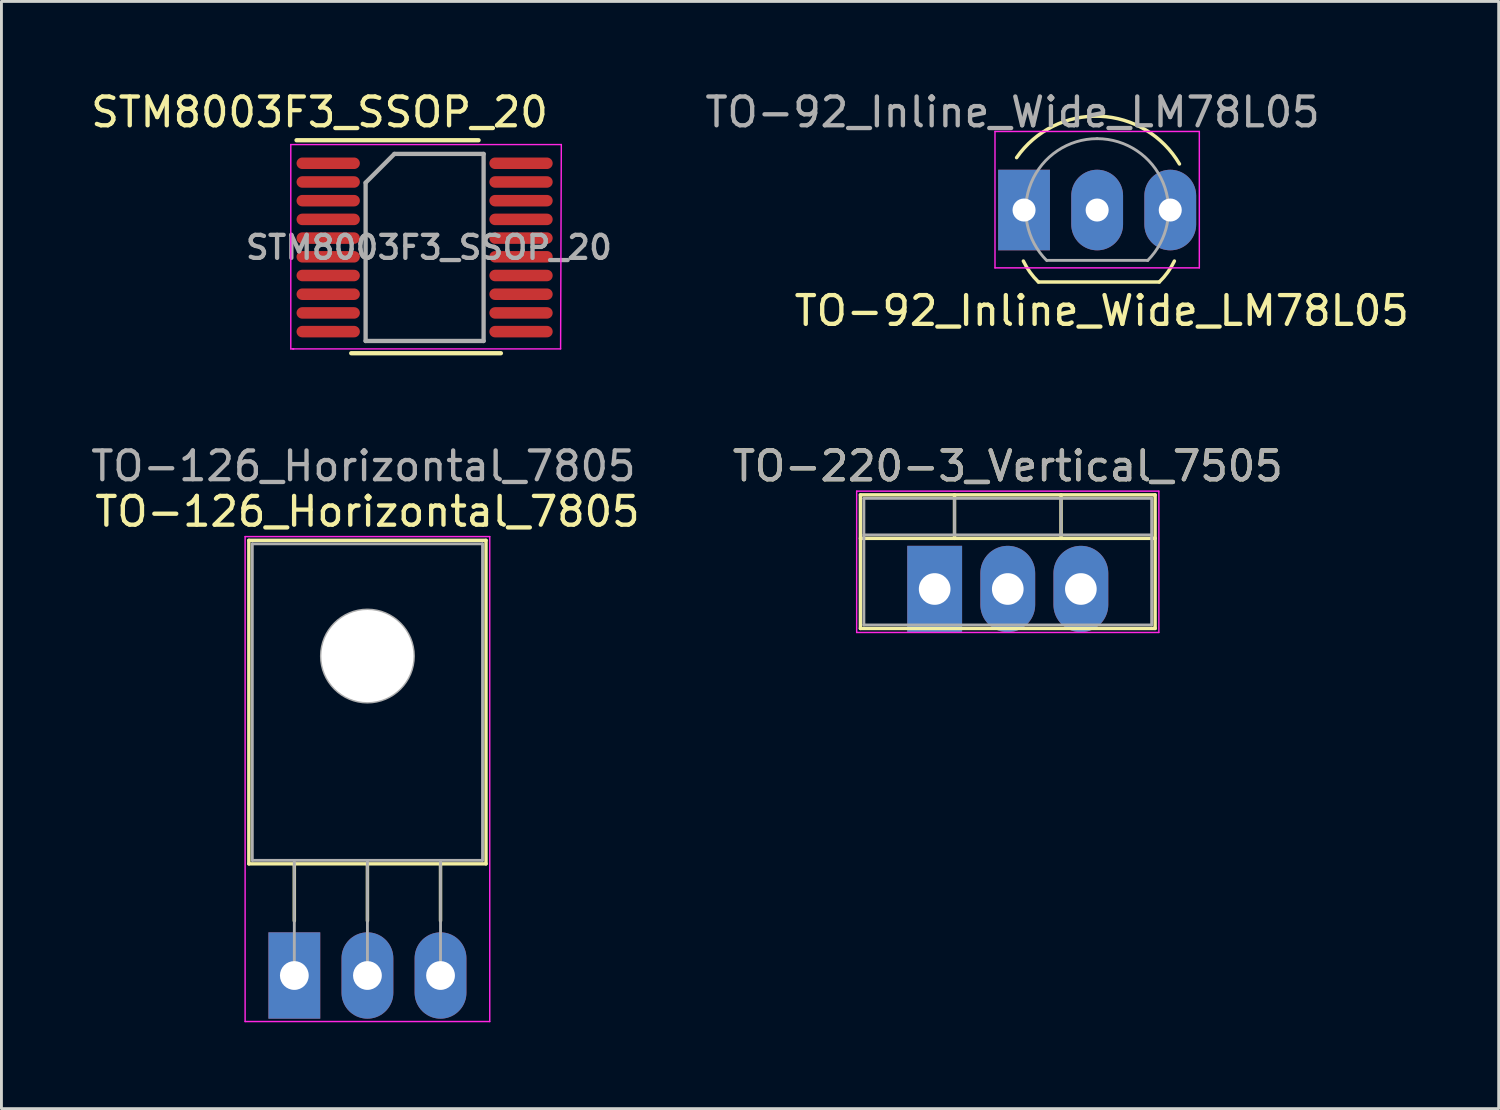
<source format=kicad_pcb>
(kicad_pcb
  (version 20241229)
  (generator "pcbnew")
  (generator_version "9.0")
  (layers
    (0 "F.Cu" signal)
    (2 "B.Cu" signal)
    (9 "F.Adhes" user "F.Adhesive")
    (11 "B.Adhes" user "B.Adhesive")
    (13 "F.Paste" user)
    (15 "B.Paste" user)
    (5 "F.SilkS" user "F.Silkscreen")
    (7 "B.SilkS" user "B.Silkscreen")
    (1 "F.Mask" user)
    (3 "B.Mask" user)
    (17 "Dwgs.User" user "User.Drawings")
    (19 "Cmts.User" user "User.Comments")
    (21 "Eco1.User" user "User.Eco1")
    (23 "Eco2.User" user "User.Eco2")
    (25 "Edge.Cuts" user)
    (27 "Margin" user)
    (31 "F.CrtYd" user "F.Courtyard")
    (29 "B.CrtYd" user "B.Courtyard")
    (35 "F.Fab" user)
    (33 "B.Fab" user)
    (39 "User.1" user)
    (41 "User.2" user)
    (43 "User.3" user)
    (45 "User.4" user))
  (footprint "TO-92_Inline_Wide_LM78L05"
    (layer "F.Cu")
    (at 32.533 4.248)
    (property "Reference" "TO-92_Inline_Wide_LM78L05" (at 2.7 3.5 180) (layer "F.SilkS") (effects (font (size 1 1) (thickness 0.15))))
    (attr through_hole)
    (fp_line (start 0.5 2.5) (end 4.7 2.5) (stroke (width 0.12) (type solid)) (layer "F.SilkS"))
    (fp_arc (start -0.259509 -1.819661) (mid 2.630374 -3.259018) (end 5.4 -1.6) (stroke (width 0.12) (type solid)) (layer "F.SilkS"))
    (fp_arc (start 0.5 2.5) (mid 0.206097 2.159328) (end -0.024184 1.772795) (stroke (width 0.12) (type solid)) (layer "F.SilkS"))
    (fp_arc (start 5.224184 1.772795) (mid 4.993903 2.159328) (end 4.7 2.5) (stroke (width 0.12) (type solid)) (layer "F.SilkS"))
    (fp_line (start -1.01 -2.73) (end -1.01 2.01) (stroke (width 0.05) (type solid)) (layer "F.CrtYd"))
    (fp_line (start -1.01 -2.73) (end 6.09 -2.73) (stroke (width 0.05) (type solid)) (layer "F.CrtYd"))
    (fp_line (start 6.09 2.01) (end -1.01 2.01) (stroke (width 0.05) (type solid)) (layer "F.CrtYd"))
    (fp_line (start 6.09 2.01) (end 6.09 -2.73) (stroke (width 0.05) (type solid)) (layer "F.CrtYd"))
    (fp_line (start 0.8 1.75) (end 4.3 1.75) (stroke (width 0.1) (type solid)) (layer "F.Fab"))
    (fp_arc (start 0.786375 1.753625) (mid 0.248779 -0.949055) (end 2.54 -2.48) (stroke (width 0.1) (type solid)) (layer "F.Fab"))
    (fp_arc (start 2.54 -2.48) (mid 4.831221 -0.949055) (end 4.293625 1.753625) (stroke (width 0.1) (type solid)) (layer "F.Fab"))
    (fp_text user "${REFERENCE}" (at -0.4 -3.4 180) (layer "F.Fab") (effects (font (size 1 1) (thickness 0.15))))
    (pad "1" thru_hole rect (at 0 0 90) (size 2.8 1.8) (drill 0.8) (layers "*.Cu" "*.Mask"))
    (pad "2" thru_hole oval (at 2.54 0 90) (size 2.8 1.8) (drill 0.8) (layers "*.Cu" "*.Mask"))
    (pad "3" thru_hole oval (at 5.08 0 90) (size 2.8 1.8) (drill 0.8) (layers "*.Cu" "*.Mask")))
  (footprint "TO-126_Horizontal_7805"
    (layer "F.Cu")
    (at 7.177 30.846)
    (property "Reference" "TO-126_Horizontal_7805" (at 2.54 -16.12 0) (layer "F.SilkS") (effects (font (size 1 1) (thickness 0.15))))
    (attr through_hole)
    (fp_line (start -1.58 -15.12) (end -1.58 -3.88) (stroke (width 0.12) (type solid)) (layer "F.SilkS"))
    (fp_line (start -1.58 -15.12) (end 6.66 -15.12) (stroke (width 0.12) (type solid)) (layer "F.SilkS"))
    (fp_line (start -1.58 -3.88) (end 6.66 -3.88) (stroke (width 0.12) (type solid)) (layer "F.SilkS"))
    (fp_line (start 0 -3.88) (end 0 -1.9) (stroke (width 0.12) (type solid)) (layer "F.SilkS"))
    (fp_line (start 2.54 -3.88) (end 2.54 -1.9) (stroke (width 0.12) (type solid)) (layer "F.SilkS"))
    (fp_line (start 5.08 -3.88) (end 5.08 -1.9) (stroke (width 0.12) (type solid)) (layer "F.SilkS"))
    (fp_line (start 6.66 -15.12) (end 6.66 -3.88) (stroke (width 0.12) (type solid)) (layer "F.SilkS"))
    (fp_line (start -1.71 -15.25) (end -1.71 1.6) (stroke (width 0.05) (type solid)) (layer "F.CrtYd"))
    (fp_line (start -1.71 1.6) (end 6.79 1.6) (stroke (width 0.05) (type solid)) (layer "F.CrtYd"))
    (fp_line (start 6.79 -15.25) (end -1.71 -15.25) (stroke (width 0.05) (type solid)) (layer "F.CrtYd"))
    (fp_line (start 6.79 1.6) (end 6.79 -15.25) (stroke (width 0.05) (type solid)) (layer "F.CrtYd"))
    (fp_line (start -1.46 -15) (end 6.54 -15) (stroke (width 0.1) (type solid)) (layer "F.Fab"))
    (fp_line (start -1.46 -4) (end -1.46 -15) (stroke (width 0.1) (type solid)) (layer "F.Fab"))
    (fp_line (start 0 -4) (end 0 0) (stroke (width 0.1) (type solid)) (layer "F.Fab"))
    (fp_line (start 2.54 -4) (end 2.54 0) (stroke (width 0.1) (type solid)) (layer "F.Fab"))
    (fp_line (start 5.08 -4) (end 5.08 0) (stroke (width 0.1) (type solid)) (layer "F.Fab"))
    (fp_line (start 6.54 -15) (end 6.54 -4) (stroke (width 0.1) (type solid)) (layer "F.Fab"))
    (fp_line (start 6.54 -4) (end -1.46 -4) (stroke (width 0.1) (type solid)) (layer "F.Fab"))
    (fp_circle (center 2.54 -11.1) (end 4.14 -11.1) (stroke (width 0.1) (type solid)) (fill no) (layer "F.Fab"))
    (fp_text user "${REFERENCE}" (at 2.4 -17.7 0) (layer "F.Fab") (effects (font (size 1 1) (thickness 0.15))))
    (pad "" np_thru_hole oval (at 2.54 -11.1) (size 3.2 3.2) (drill 3.2) (layers "*.Cu" "*.Mask"))
    (pad "1" thru_hole rect (at 0 0) (size 1.8 3) (drill 1) (layers "*.Cu" "*.Mask"))
    (pad "2" thru_hole oval (at 2.54 0) (size 1.8 3) (drill 1) (layers "*.Cu" "*.Mask"))
    (pad "3" thru_hole oval (at 5.08 0) (size 1.8 3) (drill 1) (layers "*.Cu" "*.Mask")))
  (footprint "STM8003F3_SSOP_20"
    (layer "F.Cu")
    (at 11.854 5.548)
    (property "Reference" "STM8003F3_SSOP_20" (at -3.8 -4.7 0) (layer "F.SilkS") (effects (font (size 1 1) (thickness 0.15))))
    (attr smd)
    (fp_line (start -4.6 -3.725) (end 1.725 -3.725) (stroke (width 0.15) (type solid)) (layer "F.SilkS"))
    (fp_line (start -2.7 3.675) (end 2.5 3.675) (stroke (width 0.15) (type solid)) (layer "F.SilkS"))
    (fp_line (start -4.8 -3.575) (end -4.8 3.525) (stroke (width 0.05) (type solid)) (layer "F.CrtYd"))
    (fp_line (start -4.8 3.525) (end -4.725 3.525) (stroke (width 0.05) (type solid)) (layer "F.CrtYd"))
    (fp_line (start -4.725 3.525) (end -4.7 3.525) (stroke (width 0.05) (type solid)) (layer "F.CrtYd"))
    (fp_line (start -4.725 3.525) (end 4.575 3.525) (stroke (width 0.05) (type solid)) (layer "F.CrtYd"))
    (fp_line (start 4.575 3.525) (end 4.6 -3.575) (stroke (width 0.05) (type solid)) (layer "F.CrtYd"))
    (fp_line (start 4.6 -3.575) (end -4.8 -3.575) (stroke (width 0.05) (type solid)) (layer "F.CrtYd"))
    (fp_line (start -2.2 -2.25) (end -1.2 -3.25) (stroke (width 0.15) (type solid)) (layer "F.Fab"))
    (fp_line (start -2.2 3.25) (end -2.2 -2.25) (stroke (width 0.15) (type solid)) (layer "F.Fab"))
    (fp_line (start -1.2 -3.25) (end 1.9 -3.25) (stroke (width 0.15) (type solid)) (layer "F.Fab"))
    (fp_line (start 1.9 -3.25) (end 1.9 3.25) (stroke (width 0.15) (type solid)) (layer "F.Fab"))
    (fp_line (start 1.9 3.25) (end -2.2 3.25) (stroke (width 0.15) (type solid)) (layer "F.Fab"))
    (fp_text user "${REFERENCE}" (at 0 0 0) (layer "F.Fab") (effects (font (size 0.8 0.8) (thickness 0.15))))
    (pad "1" smd oval (at -3.5 -2.925) (size 2.2 0.4) (layers "F.Cu" "F.Mask" "F.Paste"))
    (pad "2" smd oval (at -3.5 -2.275) (size 2.2 0.4) (layers "F.Cu" "F.Mask" "F.Paste"))
    (pad "3" smd oval (at -3.5 -1.625) (size 2.2 0.4) (layers "F.Cu" "F.Mask" "F.Paste"))
    (pad "4" smd oval (at -3.5 -0.975) (size 2.2 0.4) (layers "F.Cu" "F.Mask" "F.Paste"))
    (pad "5" smd oval (at -3.5 -0.325) (size 2.2 0.4) (layers "F.Cu" "F.Mask" "F.Paste"))
    (pad "6" smd oval (at -3.5 0.325) (size 2.2 0.4) (layers "F.Cu" "F.Mask" "F.Paste"))
    (pad "7" smd oval (at -3.5 0.975) (size 2.2 0.4) (layers "F.Cu" "F.Mask" "F.Paste"))
    (pad "8" smd oval (at -3.5 1.625) (size 2.2 0.4) (layers "F.Cu" "F.Mask" "F.Paste"))
    (pad "9" smd oval (at -3.5 2.275) (size 2.2 0.4) (layers "F.Cu" "F.Mask" "F.Paste"))
    (pad "10" smd oval (at -3.5 2.925) (size 2.2 0.4) (layers "F.Cu" "F.Mask" "F.Paste"))
    (pad "11" smd oval (at 3.2 2.925) (size 2.2 0.4) (layers "F.Cu" "F.Mask" "F.Paste"))
    (pad "12" smd oval (at 3.2 2.275) (size 2.2 0.4) (layers "F.Cu" "F.Mask" "F.Paste"))
    (pad "13" smd oval (at 3.2 1.625) (size 2.2 0.4) (layers "F.Cu" "F.Mask" "F.Paste"))
    (pad "14" smd oval (at 3.2 0.975) (size 2.2 0.4) (layers "F.Cu" "F.Mask" "F.Paste"))
    (pad "15" smd oval (at 3.2 0.325) (size 2.2 0.4) (layers "F.Cu" "F.Mask" "F.Paste"))
    (pad "16" smd oval (at 3.2 -0.325) (size 2.2 0.4) (layers "F.Cu" "F.Mask" "F.Paste"))
    (pad "17" smd oval (at 3.2 -0.975) (size 2.2 0.4) (layers "F.Cu" "F.Mask" "F.Paste"))
    (pad "18" smd oval (at 3.2 -1.625) (size 2.2 0.4) (layers "F.Cu" "F.Mask" "F.Paste"))
    (pad "19" smd oval (at 3.2 -2.275) (size 2.2 0.4) (layers "F.Cu" "F.Mask" "F.Paste"))
    (pad "20" smd oval (at 3.2 -2.925) (size 2.2 0.4) (layers "F.Cu" "F.Mask" "F.Paste")))
  (footprint "TO-220-3_Vertical_7505"
    (layer "F.Cu")
    (at 29.427 17.416)
    (property "Reference" "TO-220-3_Vertical_7505" (at 2.54 -4.27 0) (layer "F.SilkS") (effects (font (size 1 1) (thickness 0.15))))
    (attr through_hole)
    (fp_line (start -2.58 -3.27) (end -2.58 1.371) (stroke (width 0.12) (type solid)) (layer "F.SilkS"))
    (fp_line (start -2.58 -3.27) (end 7.66 -3.27) (stroke (width 0.12) (type solid)) (layer "F.SilkS"))
    (fp_line (start -2.58 -1.76) (end 7.66 -1.76) (stroke (width 0.12) (type solid)) (layer "F.SilkS"))
    (fp_line (start -2.58 1.371) (end 7.66 1.371) (stroke (width 0.12) (type solid)) (layer "F.SilkS"))
    (fp_line (start 0.69 -3.27) (end 0.69 -1.76) (stroke (width 0.12) (type solid)) (layer "F.SilkS"))
    (fp_line (start 4.391 -3.27) (end 4.391 -1.76) (stroke (width 0.12) (type solid)) (layer "F.SilkS"))
    (fp_line (start 7.66 -3.27) (end 7.66 1.371) (stroke (width 0.12) (type solid)) (layer "F.SilkS"))
    (fp_line (start -2.71 -3.4) (end -2.71 1.51) (stroke (width 0.05) (type solid)) (layer "F.CrtYd"))
    (fp_line (start -2.71 1.51) (end 7.79 1.51) (stroke (width 0.05) (type solid)) (layer "F.CrtYd"))
    (fp_line (start 7.79 -3.4) (end -2.71 -3.4) (stroke (width 0.05) (type solid)) (layer "F.CrtYd"))
    (fp_line (start 7.79 1.51) (end 7.79 -3.4) (stroke (width 0.05) (type solid)) (layer "F.CrtYd"))
    (fp_line (start -2.46 -3.15) (end -2.46 1.25) (stroke (width 0.1) (type solid)) (layer "F.Fab"))
    (fp_line (start -2.46 -1.88) (end 7.54 -1.88) (stroke (width 0.1) (type solid)) (layer "F.Fab"))
    (fp_line (start -2.46 1.25) (end 7.54 1.25) (stroke (width 0.1) (type solid)) (layer "F.Fab"))
    (fp_line (start 0.69 -3.15) (end 0.69 -1.88) (stroke (width 0.1) (type solid)) (layer "F.Fab"))
    (fp_line (start 4.39 -3.15) (end 4.39 -1.88) (stroke (width 0.1) (type solid)) (layer "F.Fab"))
    (fp_line (start 7.54 -3.15) (end -2.46 -3.15) (stroke (width 0.1) (type solid)) (layer "F.Fab"))
    (fp_line (start 7.54 1.25) (end 7.54 -3.15) (stroke (width 0.1) (type solid)) (layer "F.Fab"))
    (fp_text user "${REFERENCE}" (at 2.54 -4.27 0) (layer "F.Fab") (effects (font (size 1 1) (thickness 0.15))))
    (pad "1" thru_hole rect (at 0 0) (size 1.905 3) (drill 1.1) (layers "*.Cu" "*.Mask"))
    (pad "2" thru_hole oval (at 2.54 0) (size 1.905 3) (drill 1.1) (layers "*.Cu" "*.Mask"))
    (pad "3" thru_hole oval (at 5.08 0) (size 1.905 3) (drill 1.1) (layers "*.Cu" "*.Mask")))
  (gr_rect
    (start -3 -3)
    (end 49.025 35.471)
    (stroke (width 0.1) (type default))
    (fill no)
    (layer "Edge.Cuts")))
</source>
